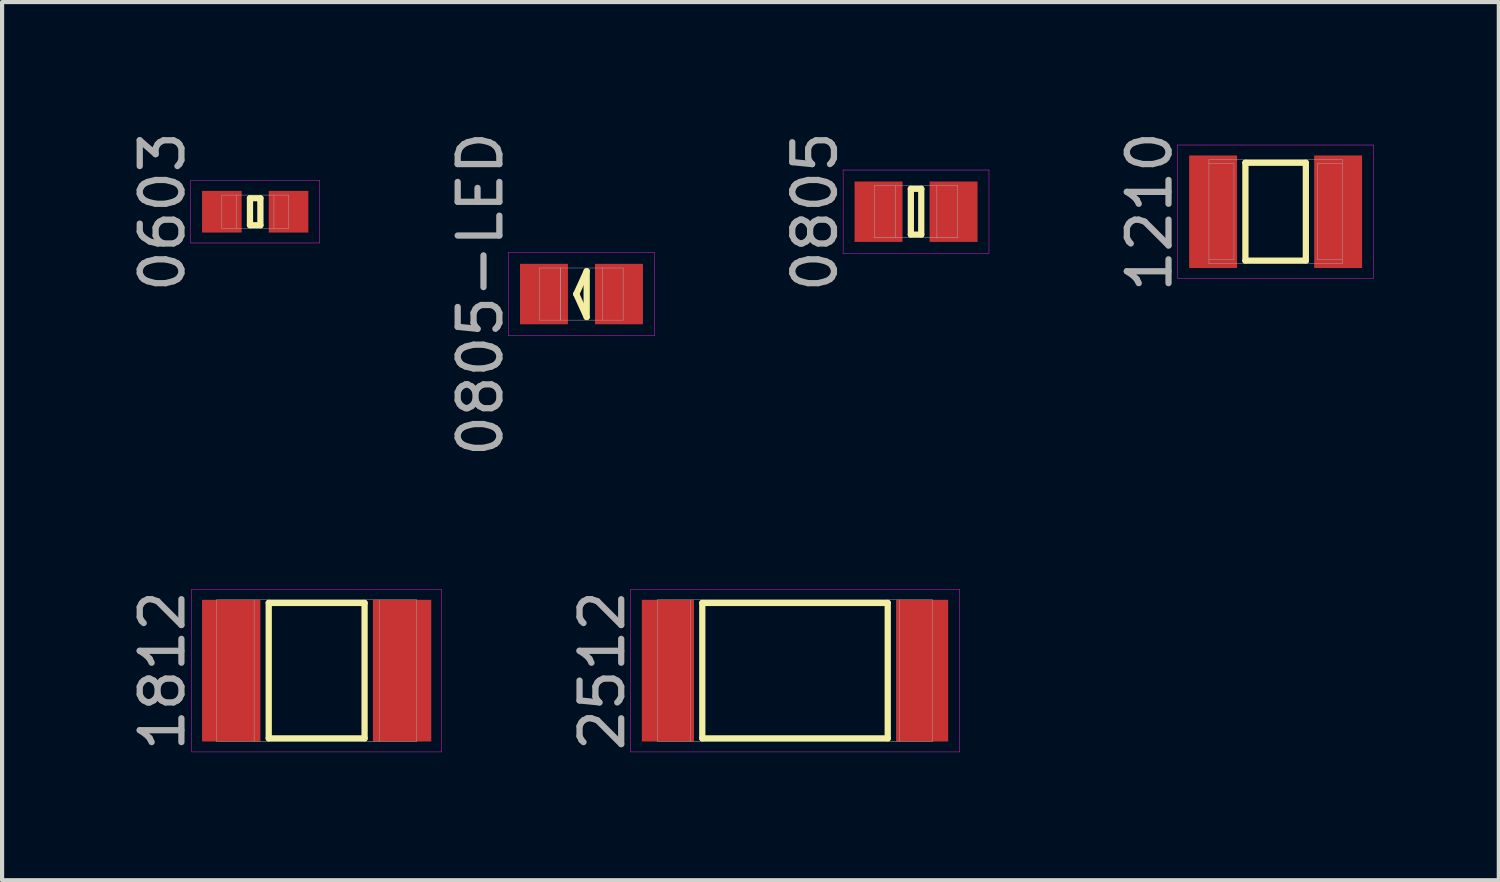
<source format=kicad_pcb>
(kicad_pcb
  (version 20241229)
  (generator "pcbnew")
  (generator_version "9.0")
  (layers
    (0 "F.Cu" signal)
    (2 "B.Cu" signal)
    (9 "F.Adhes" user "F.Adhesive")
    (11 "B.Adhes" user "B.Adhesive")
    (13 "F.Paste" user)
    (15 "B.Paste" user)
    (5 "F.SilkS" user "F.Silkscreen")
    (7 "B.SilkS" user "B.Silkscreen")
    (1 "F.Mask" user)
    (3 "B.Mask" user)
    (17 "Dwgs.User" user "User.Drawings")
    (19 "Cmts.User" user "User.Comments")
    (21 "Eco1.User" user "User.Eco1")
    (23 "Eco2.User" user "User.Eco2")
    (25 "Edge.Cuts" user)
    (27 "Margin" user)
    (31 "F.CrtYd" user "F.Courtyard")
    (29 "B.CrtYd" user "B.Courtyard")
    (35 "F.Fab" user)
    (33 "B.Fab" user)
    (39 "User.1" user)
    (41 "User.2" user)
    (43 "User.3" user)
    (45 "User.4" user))
  (footprint "1812"
    (layer "F.Cu")
    (at 4.548 13.042)
    (property "Reference" "1812" (at -3.7 0 90) (layer "F.Fab") (effects (font (size 1 1) (thickness 0.15))))
    (attr through_hole)
    (fp_line (start -1.15 -1.625) (end 1.15 -1.625) (stroke (width 0.15) (type solid)) (layer "F.SilkS"))
    (fp_line (start -1.15 1.625) (end -1.15 -1.625) (stroke (width 0.15) (type solid)) (layer "F.SilkS"))
    (fp_line (start 1.15 -1.625) (end 1.15 1.625) (stroke (width 0.15) (type solid)) (layer "F.SilkS"))
    (fp_line (start 1.15 1.625) (end -1.15 1.625) (stroke (width 0.15) (type solid)) (layer "F.SilkS"))
    (fp_line (start -3 -1.95) (end 3 -1.95) (stroke (width 0.01) (type solid)) (layer "F.CrtYd"))
    (fp_line (start -3 1.95) (end -3 -1.95) (stroke (width 0.01) (type solid)) (layer "F.CrtYd"))
    (fp_line (start 3 -1.95) (end 3 1.95) (stroke (width 0.01) (type solid)) (layer "F.CrtYd"))
    (fp_line (start 3 1.95) (end -3 1.95) (stroke (width 0.01) (type solid)) (layer "F.CrtYd"))
    (fp_line (start -2.4 -1.7) (end 2.4 -1.7) (stroke (width 0.01) (type solid)) (layer "F.Fab"))
    (fp_line (start -2.4 1.7) (end -2.4 -1.7) (stroke (width 0.01) (type solid)) (layer "F.Fab"))
    (fp_line (start -1.5 -1.7) (end -1.5 1.7) (stroke (width 0.01) (type solid)) (layer "F.Fab"))
    (fp_line (start 1.5 -1.7) (end 1.5 1.7) (stroke (width 0.01) (type solid)) (layer "F.Fab"))
    (fp_line (start 2.4 -1.7) (end 2.4 1.7) (stroke (width 0.01) (type solid)) (layer "F.Fab"))
    (fp_line (start 2.4 1.7) (end -2.4 1.7) (stroke (width 0.01) (type solid)) (layer "F.Fab"))
    (pad "1" smd rect (at -2.05 0) (size 1.4 3.4) (layers "F.Cu" "F.Mask" "F.Paste"))
    (pad "2" smd rect (at 2.05 0) (size 1.4 3.4) (layers "F.Cu" "F.Mask" "F.Paste")))
  (footprint "2512"
    (layer "F.Cu")
    (at 16.026 13.042)
    (property "Reference" "2512" (at -4.625 0 90) (layer "F.Fab") (effects (font (size 1 1) (thickness 0.15))))
    (attr through_hole)
    (fp_line (start -2.225 -1.625) (end 2.225 -1.625) (stroke (width 0.15) (type solid)) (layer "F.SilkS"))
    (fp_line (start -2.225 1.625) (end -2.225 -1.625) (stroke (width 0.15) (type solid)) (layer "F.SilkS"))
    (fp_line (start 2.225 -1.625) (end 2.225 1.625) (stroke (width 0.15) (type solid)) (layer "F.SilkS"))
    (fp_line (start 2.225 1.625) (end -2.225 1.625) (stroke (width 0.15) (type solid)) (layer "F.SilkS"))
    (fp_line (start -3.95 -1.95) (end 3.95 -1.95) (stroke (width 0.01) (type solid)) (layer "F.CrtYd"))
    (fp_line (start -3.95 1.95) (end -3.95 -1.95) (stroke (width 0.01) (type solid)) (layer "F.CrtYd"))
    (fp_line (start 3.95 -1.95) (end 3.95 1.95) (stroke (width 0.01) (type solid)) (layer "F.CrtYd"))
    (fp_line (start 3.95 1.95) (end -3.95 1.95) (stroke (width 0.01) (type solid)) (layer "F.CrtYd"))
    (fp_line (start -3.3 -1.7) (end 3.3 -1.7) (stroke (width 0.01) (type solid)) (layer "F.Fab"))
    (fp_line (start -3.3 1.7) (end -3.3 -1.7) (stroke (width 0.01) (type solid)) (layer "F.Fab"))
    (fp_line (start -2.5 -1.7) (end -2.5 1.7) (stroke (width 0.01) (type solid)) (layer "F.Fab"))
    (fp_line (start 2.5 -1.7) (end 2.5 1.7) (stroke (width 0.01) (type solid)) (layer "F.Fab"))
    (fp_line (start 3.3 -1.7) (end 3.3 1.7) (stroke (width 0.01) (type solid)) (layer "F.Fab"))
    (fp_line (start 3.3 1.7) (end -3.3 1.7) (stroke (width 0.01) (type solid)) (layer "F.Fab"))
    (pad "1" smd rect (at -3.05 0) (size 1.25 3.4) (layers "F.Cu" "F.Mask" "F.Paste"))
    (pad "2" smd rect (at 3.05 0) (size 1.25 3.4) (layers "F.Cu" "F.Mask" "F.Paste")))
  (footprint "0805-LED"
    (layer "F.Cu")
    (at 10.902 4.006)
    (property "Reference" "0805-LED" (at -2.425 0 90) (layer "F.Fab") (effects (font (size 1 1) (thickness 0.15))))
    (attr through_hole)
    (fp_line (start -0.125 0) (end 0.125 -0.55) (stroke (width 0.15) (type solid)) (layer "F.SilkS"))
    (fp_line (start -0.125 0) (end 0.125 0.55) (stroke (width 0.15) (type solid)) (layer "F.SilkS"))
    (fp_line (start 0.125 -0.55) (end 0.125 0.55) (stroke (width 0.15) (type solid)) (layer "F.SilkS"))
    (fp_line (start -1.75 -1) (end 1.75 -1) (stroke (width 0.01) (type solid)) (layer "F.CrtYd"))
    (fp_line (start -1.75 1) (end -1.75 -1) (stroke (width 0.01) (type solid)) (layer "F.CrtYd"))
    (fp_line (start 1.75 -1) (end 1.75 1) (stroke (width 0.01) (type solid)) (layer "F.CrtYd"))
    (fp_line (start 1.75 1) (end -1.75 1) (stroke (width 0.01) (type solid)) (layer "F.CrtYd"))
    (fp_line (start -1 -0.625) (end 1 -0.625) (stroke (width 0.01) (type solid)) (layer "F.Fab"))
    (fp_line (start -1 0.625) (end -1 -0.625) (stroke (width 0.01) (type solid)) (layer "F.Fab"))
    (fp_line (start -0.5 -0.625) (end -0.5 0.625) (stroke (width 0.01) (type solid)) (layer "F.Fab"))
    (fp_line (start -0.5 -0.625) (end -0.5 0.625) (stroke (width 0.01) (type solid)) (layer "F.Fab"))
    (fp_line (start 0.5 -0.625) (end 0.5 0.625) (stroke (width 0.01) (type solid)) (layer "F.Fab"))
    (fp_line (start 1 -0.625) (end 1 0.625) (stroke (width 0.01) (type solid)) (layer "F.Fab"))
    (fp_line (start 1 0.625) (end -1 0.625) (stroke (width 0.01) (type solid)) (layer "F.Fab"))
    (pad "1" smd rect (at -0.9 0) (size 1.15 1.45) (layers "F.Cu" "F.Mask" "F.Paste"))
    (pad "2" smd rect (at 0.9 0) (size 1.15 1.45) (layers "F.Cu" "F.Mask" "F.Paste")))
  (footprint "0603"
    (layer "F.Cu")
    (at 3.073 2.03)
    (property "Reference" "0603" (at -2.225 0 90) (layer "F.Fab") (effects (font (size 1 1) (thickness 0.15))))
    (attr through_hole)
    (fp_line (start -0.125 -0.325) (end 0.125 -0.325) (stroke (width 0.15) (type solid)) (layer "F.SilkS"))
    (fp_line (start -0.125 0.325) (end -0.125 -0.325) (stroke (width 0.15) (type solid)) (layer "F.SilkS"))
    (fp_line (start 0.125 -0.325) (end 0.125 0.325) (stroke (width 0.15) (type solid)) (layer "F.SilkS"))
    (fp_line (start 0.125 0.325) (end -0.125 0.325) (stroke (width 0.15) (type solid)) (layer "F.SilkS"))
    (fp_line (start -1.55 -0.75) (end 1.55 -0.75) (stroke (width 0.01) (type solid)) (layer "F.CrtYd"))
    (fp_line (start -1.55 0.75) (end -1.55 -0.75) (stroke (width 0.01) (type solid)) (layer "F.CrtYd"))
    (fp_line (start 1.55 -0.75) (end 1.55 0.75) (stroke (width 0.01) (type solid)) (layer "F.CrtYd"))
    (fp_line (start 1.55 0.75) (end -1.55 0.75) (stroke (width 0.01) (type solid)) (layer "F.CrtYd"))
    (fp_line (start -0.8 -0.4) (end 0.8 -0.4) (stroke (width 0.01) (type solid)) (layer "F.Fab"))
    (fp_line (start -0.8 0.4) (end -0.8 -0.4) (stroke (width 0.01) (type solid)) (layer "F.Fab"))
    (fp_line (start -0.45 -0.4) (end -0.45 0.4) (stroke (width 0.01) (type solid)) (layer "F.Fab"))
    (fp_line (start 0.45 -0.4) (end 0.45 0.4) (stroke (width 0.01) (type solid)) (layer "F.Fab"))
    (fp_line (start 0.8 -0.4) (end 0.8 0.4) (stroke (width 0.01) (type solid)) (layer "F.Fab"))
    (fp_line (start 0.8 0.4) (end -0.8 0.4) (stroke (width 0.01) (type solid)) (layer "F.Fab"))
    (pad "1" smd rect (at -0.8 0) (size 0.95 1) (layers "F.Cu" "F.Mask" "F.Paste"))
    (pad "2" smd rect (at 0.8 0) (size 0.95 1) (layers "F.Cu" "F.Mask" "F.Paste")))
  (footprint "0805"
    (layer "F.Cu")
    (at 18.93 2.03)
    (property "Reference" "0805" (at -2.425 0 90) (layer "F.Fab") (effects (font (size 1 1) (thickness 0.15))))
    (attr through_hole)
    (fp_line (start -0.125 -0.55) (end 0.125 -0.55) (stroke (width 0.15) (type solid)) (layer "F.SilkS"))
    (fp_line (start -0.125 0.55) (end -0.125 -0.55) (stroke (width 0.15) (type solid)) (layer "F.SilkS"))
    (fp_line (start 0.125 -0.55) (end 0.125 0.55) (stroke (width 0.15) (type solid)) (layer "F.SilkS"))
    (fp_line (start 0.125 0.55) (end -0.125 0.55) (stroke (width 0.15) (type solid)) (layer "F.SilkS"))
    (fp_line (start -1.75 -1) (end 1.75 -1) (stroke (width 0.01) (type solid)) (layer "F.CrtYd"))
    (fp_line (start -1.75 1) (end -1.75 -1) (stroke (width 0.01) (type solid)) (layer "F.CrtYd"))
    (fp_line (start 1.75 -1) (end 1.75 1) (stroke (width 0.01) (type solid)) (layer "F.CrtYd"))
    (fp_line (start 1.75 1) (end -1.75 1) (stroke (width 0.01) (type solid)) (layer "F.CrtYd"))
    (fp_line (start -1 -0.625) (end 1 -0.625) (stroke (width 0.01) (type solid)) (layer "F.Fab"))
    (fp_line (start -1 0.625) (end -1 -0.625) (stroke (width 0.01) (type solid)) (layer "F.Fab"))
    (fp_line (start -0.5 -0.625) (end -0.5 0.625) (stroke (width 0.01) (type solid)) (layer "F.Fab"))
    (fp_line (start 0.5 -0.625) (end 0.5 0.625) (stroke (width 0.01) (type solid)) (layer "F.Fab"))
    (fp_line (start 1 -0.625) (end 1 0.625) (stroke (width 0.01) (type solid)) (layer "F.Fab"))
    (fp_line (start 1 0.625) (end -1 0.625) (stroke (width 0.01) (type solid)) (layer "F.Fab"))
    (pad "1" smd rect (at -0.9 0) (size 1.15 1.45) (layers "F.Cu" "F.Mask" "F.Paste"))
    (pad "2" smd rect (at 0.9 0) (size 1.15 1.45) (layers "F.Cu" "F.Mask" "F.Paste")))
  (footprint "1210"
    (layer "F.Cu")
    (at 27.558 2.03)
    (property "Reference" "1210" (at -3.025 0 90) (layer "F.Fab") (effects (font (size 1 1) (thickness 0.15))))
    (attr through_hole)
    (fp_line (start -0.725 -1.175) (end 0.725 -1.175) (stroke (width 0.15) (type solid)) (layer "F.SilkS"))
    (fp_line (start -0.725 1.175) (end -0.725 -1.175) (stroke (width 0.15) (type solid)) (layer "F.SilkS"))
    (fp_line (start 0.725 -1.175) (end 0.725 1.175) (stroke (width 0.15) (type solid)) (layer "F.SilkS"))
    (fp_line (start 0.725 1.175) (end -0.725 1.175) (stroke (width 0.15) (type solid)) (layer "F.SilkS"))
    (fp_line (start -2.35 -1.6) (end 2.35 -1.6) (stroke (width 0.01) (type solid)) (layer "F.CrtYd"))
    (fp_line (start -2.35 1.6) (end -2.35 -1.6) (stroke (width 0.01) (type solid)) (layer "F.CrtYd"))
    (fp_line (start 2.35 -1.6) (end 2.35 1.6) (stroke (width 0.01) (type solid)) (layer "F.CrtYd"))
    (fp_line (start 2.35 1.6) (end -2.35 1.6) (stroke (width 0.01) (type solid)) (layer "F.CrtYd"))
    (fp_line (start -1.6 -1.25) (end 1.6 -1.25) (stroke (width 0.01) (type solid)) (layer "F.Fab"))
    (fp_line (start -1.6 1.25) (end -1.6 -1.25) (stroke (width 0.01) (type solid)) (layer "F.Fab"))
    (fp_line (start -1 -1.15) (end -1.6 -1.15) (stroke (width 0.01) (type solid)) (layer "F.Fab"))
    (fp_line (start -1 -1.15) (end -1 1.15) (stroke (width 0.01) (type solid)) (layer "F.Fab"))
    (fp_line (start -1 1.15) (end -1.6 1.15) (stroke (width 0.01) (type solid)) (layer "F.Fab"))
    (fp_line (start 1 -1.15) (end 1 1.15) (stroke (width 0.01) (type solid)) (layer "F.Fab"))
    (fp_line (start 1 -1.15) (end 1.6 -1.15) (stroke (width 0.01) (type solid)) (layer "F.Fab"))
    (fp_line (start 1 1.15) (end 1.6 1.15) (stroke (width 0.01) (type solid)) (layer "F.Fab"))
    (fp_line (start 1.6 -1.25) (end 1.6 1.25) (stroke (width 0.01) (type solid)) (layer "F.Fab"))
    (fp_line (start 1.6 1.25) (end -1.6 1.25) (stroke (width 0.01) (type solid)) (layer "F.Fab"))
    (pad "1" smd rect (at -1.5 0) (size 1.15 2.7) (layers "F.Cu" "F.Mask" "F.Paste"))
    (pad "2" smd rect (at 1.5 0) (size 1.15 2.7) (layers "F.Cu" "F.Mask" "F.Paste")))
  (gr_rect
    (start -3 -3)
    (end 32.913 18.071)
    (stroke (width 0.1) (type default))
    (fill no)
    (layer "Edge.Cuts")))
</source>
